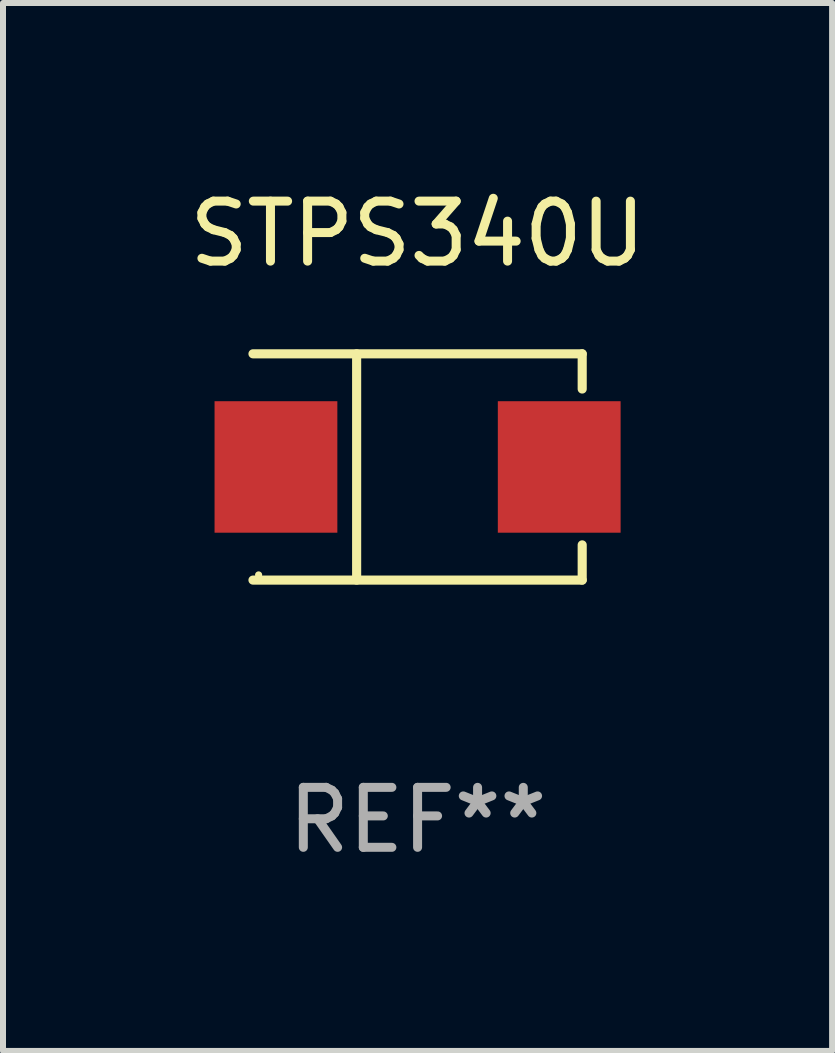
<source format=kicad_pcb>
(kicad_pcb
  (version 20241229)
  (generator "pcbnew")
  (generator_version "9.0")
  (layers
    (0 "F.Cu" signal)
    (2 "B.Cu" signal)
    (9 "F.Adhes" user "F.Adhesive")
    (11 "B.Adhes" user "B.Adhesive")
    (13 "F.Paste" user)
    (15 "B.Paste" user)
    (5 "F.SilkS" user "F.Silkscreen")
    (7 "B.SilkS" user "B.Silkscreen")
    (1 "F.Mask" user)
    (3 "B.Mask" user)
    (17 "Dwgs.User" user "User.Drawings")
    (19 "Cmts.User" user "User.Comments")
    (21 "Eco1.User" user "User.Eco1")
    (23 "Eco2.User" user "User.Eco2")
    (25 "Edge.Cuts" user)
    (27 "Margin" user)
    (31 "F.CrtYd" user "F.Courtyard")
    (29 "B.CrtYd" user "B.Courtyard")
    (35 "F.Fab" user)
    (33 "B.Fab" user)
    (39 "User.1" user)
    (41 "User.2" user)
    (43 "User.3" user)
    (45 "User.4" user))
  (footprint "STPS340U"
    (layer "F.Cu")
    (at 3.911 4.734)
    (property "Reference" "STPS340U" (at 0 -3.886 0) (layer "F.SilkS") (effects (font (size 1 1) (thickness 0.15))))
    (attr through_hole)
    (fp_line (start -2.744 -1.886) (end 2.744 -1.886) (stroke (width 0.152) (type solid)) (layer "F.SilkS"))
    (fp_line (start -2.744 1.886) (end 2.744 1.886) (stroke (width 0.152) (type solid)) (layer "F.SilkS"))
    (fp_line (start -1.016 -1.886) (end -1.016 1.886) (stroke (width 0.152) (type solid)) (layer "F.SilkS"))
    (fp_line (start 2.744 -1.886) (end 2.744 -1.299) (stroke (width 0.152) (type solid)) (layer "F.SilkS"))
    (fp_line (start 2.744 1.886) (end 2.744 1.299) (stroke (width 0.152) (type solid)) (layer "F.SilkS"))
    (fp_circle (center -2.65 1.8) (end -2.62 1.8) (stroke (width 0.06) (type solid)) (fill no) (layer "F.SilkS"))
    (fp_text user "REF**" (at 0 5.886 0) (layer "F.Fab") (effects (font (size 1 1) (thickness 0.15))))
    (pad "1" smd rect (at -2.361 0) (size 2.047 2.192) (layers "F.Cu" "F.Mask" "F.Paste"))
    (pad "2" smd rect (at 2.361 0) (size 2.047 2.192) (layers "F.Cu" "F.Mask" "F.Paste")))
  (gr_rect
    (start -3 -3)
    (end 10.821 14.469)
    (stroke (width 0.1) (type default))
    (fill no)
    (layer "Edge.Cuts")))
</source>
